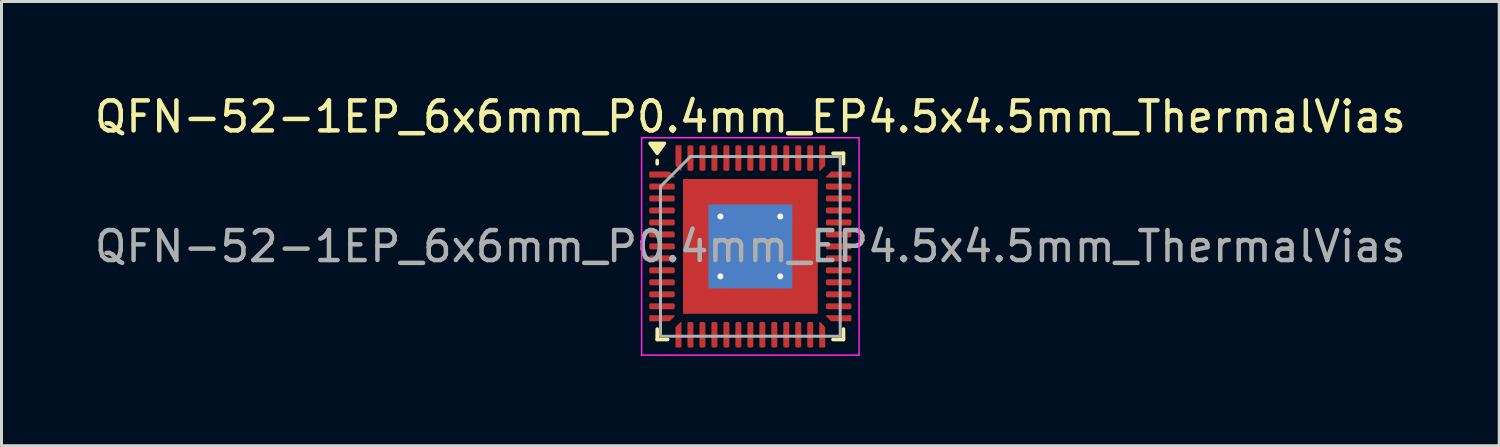
<source format=kicad_pcb>
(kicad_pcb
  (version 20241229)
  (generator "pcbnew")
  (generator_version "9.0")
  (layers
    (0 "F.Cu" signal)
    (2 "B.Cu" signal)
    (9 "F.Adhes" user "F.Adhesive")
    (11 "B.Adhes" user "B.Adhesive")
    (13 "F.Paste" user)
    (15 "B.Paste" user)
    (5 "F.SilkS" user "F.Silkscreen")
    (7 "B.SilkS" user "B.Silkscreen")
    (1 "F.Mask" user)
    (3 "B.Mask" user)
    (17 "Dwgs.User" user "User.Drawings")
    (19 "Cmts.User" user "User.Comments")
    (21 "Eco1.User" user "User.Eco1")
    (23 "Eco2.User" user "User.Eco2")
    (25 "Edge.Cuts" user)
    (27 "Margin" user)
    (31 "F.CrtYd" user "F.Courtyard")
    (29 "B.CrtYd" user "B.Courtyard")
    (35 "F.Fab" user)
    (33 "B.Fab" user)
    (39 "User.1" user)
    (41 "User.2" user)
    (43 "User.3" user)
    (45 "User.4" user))
  (footprint "QFN-52-1EP_6x6mm_P0.4mm_EP4.5x4.5mm_ThermalVias"
    (layer "F.Cu")
    (at 22.006 5.178)
    (property "Reference" "QFN-52-1EP_6x6mm_P0.4mm_EP4.5x4.5mm_ThermalVias" (at 0 -4.33 0) (layer "F.SilkS") (effects (font (size 1 1) (thickness 0.15))))
    (attr smd)
    (fp_line (start -3.11 -2.76) (end -3.11 -2.87) (stroke (width 0.12) (type solid)) (layer "F.SilkS"))
    (fp_line (start -3.11 3.11) (end -3.11 2.76) (stroke (width 0.12) (type solid)) (layer "F.SilkS"))
    (fp_line (start -2.76 3.11) (end -3.11 3.11) (stroke (width 0.12) (type solid)) (layer "F.SilkS"))
    (fp_line (start 2.76 -3.11) (end 3.11 -3.11) (stroke (width 0.12) (type solid)) (layer "F.SilkS"))
    (fp_line (start 2.76 3.11) (end 3.11 3.11) (stroke (width 0.12) (type solid)) (layer "F.SilkS"))
    (fp_line (start 3.11 -3.11) (end 3.11 -2.76) (stroke (width 0.12) (type solid)) (layer "F.SilkS"))
    (fp_line (start 3.11 3.11) (end 3.11 2.76) (stroke (width 0.12) (type solid)) (layer "F.SilkS"))
    (fp_poly (pts (xy -3.11 -3.11) (xy -3.35 -3.44) (xy -2.87 -3.44) (xy -3.11 -3.11)) (stroke (width 0.12) (type solid)) (fill yes) (layer "F.SilkS"))
    (fp_line (start -3.63 -3.63) (end -3.63 3.63) (stroke (width 0.05) (type solid)) (layer "F.CrtYd"))
    (fp_line (start -3.63 3.63) (end 3.63 3.63) (stroke (width 0.05) (type solid)) (layer "F.CrtYd"))
    (fp_line (start 3.63 -3.63) (end -3.63 -3.63) (stroke (width 0.05) (type solid)) (layer "F.CrtYd"))
    (fp_line (start 3.63 3.63) (end 3.63 -3.63) (stroke (width 0.05) (type solid)) (layer "F.CrtYd"))
    (fp_line (start -3 -2) (end -2 -3) (stroke (width 0.1) (type solid)) (layer "F.Fab"))
    (fp_line (start -3 3) (end -3 -2) (stroke (width 0.1) (type solid)) (layer "F.Fab"))
    (fp_line (start -2 -3) (end 3 -3) (stroke (width 0.1) (type solid)) (layer "F.Fab"))
    (fp_line (start 3 -3) (end 3 3) (stroke (width 0.1) (type solid)) (layer "F.Fab"))
    (fp_line (start 3 3) (end -3 3) (stroke (width 0.1) (type solid)) (layer "F.Fab"))
    (fp_text user "${REFERENCE}" (at 0 0 0) (layer "F.Fab") (effects (font (size 1 1) (thickness 0.15))))
    (pad "" smd roundrect (at -1.625 -1.625) (size 0.968 0.968) (layers "F.Paste") (roundrect_rratio 0.25))
    (pad "" smd roundrect (at -1.625 0) (size 0.968 1.549) (layers "F.Paste") (roundrect_rratio 0.25))
    (pad "" smd roundrect (at -1.625 1.625) (size 0.968 0.968) (layers "F.Paste") (roundrect_rratio 0.25))
    (pad "" smd roundrect (at 0 -1.625) (size 1.549 0.968) (layers "F.Paste") (roundrect_rratio 0.25))
    (pad "" smd roundrect (at 0 0) (size 1.549 1.549) (layers "F.Paste") (roundrect_rratio 0.161))
    (pad "" smd roundrect (at 0 1.625) (size 1.549 0.968) (layers "F.Paste") (roundrect_rratio 0.25))
    (pad "" smd roundrect (at 1.625 -1.625) (size 0.968 0.968) (layers "F.Paste") (roundrect_rratio 0.25))
    (pad "" smd roundrect (at 1.625 0) (size 0.968 1.549) (layers "F.Paste") (roundrect_rratio 0.25))
    (pad "" smd roundrect (at 1.625 1.625) (size 0.968 0.968) (layers "F.Paste") (roundrect_rratio 0.25))
    (pad "1" smd custom (at -2.95 -2.4) (size 0.08 0.08) (layers "F.Cu" "F.Mask" "F.Paste") (options (anchor circle)) (primitives (gr_poly (pts (xy -0.41 -0.085) (xy 0.249 -0.085) (xy 0.41 0.076) (xy 0.41 0.085) (xy -0.41 0.085)) (width 0.03) (fill yes))))
    (pad "2" smd roundrect (at -2.95 -2) (size 0.85 0.2) (layers "F.Cu" "F.Mask" "F.Paste") (roundrect_rratio 0.25))
    (pad "3" smd roundrect (at -2.95 -1.6) (size 0.85 0.2) (layers "F.Cu" "F.Mask" "F.Paste") (roundrect_rratio 0.25))
    (pad "4" smd roundrect (at -2.95 -1.2) (size 0.85 0.2) (layers "F.Cu" "F.Mask" "F.Paste") (roundrect_rratio 0.25))
    (pad "5" smd roundrect (at -2.95 -0.8) (size 0.85 0.2) (layers "F.Cu" "F.Mask" "F.Paste") (roundrect_rratio 0.25))
    (pad "6" smd roundrect (at -2.95 -0.4) (size 0.85 0.2) (layers "F.Cu" "F.Mask" "F.Paste") (roundrect_rratio 0.25))
    (pad "7" smd roundrect (at -2.95 0) (size 0.85 0.2) (layers "F.Cu" "F.Mask" "F.Paste") (roundrect_rratio 0.25))
    (pad "8" smd roundrect (at -2.95 0.4) (size 0.85 0.2) (layers "F.Cu" "F.Mask" "F.Paste") (roundrect_rratio 0.25))
    (pad "9" smd roundrect (at -2.95 0.8) (size 0.85 0.2) (layers "F.Cu" "F.Mask" "F.Paste") (roundrect_rratio 0.25))
    (pad "10" smd roundrect (at -2.95 1.2) (size 0.85 0.2) (layers "F.Cu" "F.Mask" "F.Paste") (roundrect_rratio 0.25))
    (pad "11" smd roundrect (at -2.95 1.6) (size 0.85 0.2) (layers "F.Cu" "F.Mask" "F.Paste") (roundrect_rratio 0.25))
    (pad "12" smd roundrect (at -2.95 2) (size 0.85 0.2) (layers "F.Cu" "F.Mask" "F.Paste") (roundrect_rratio 0.25))
    (pad "13" smd custom (at -2.95 2.4) (size 0.08 0.08) (layers "F.Cu" "F.Mask" "F.Paste") (options (anchor circle)) (primitives (gr_poly (pts (xy -0.41 -0.085) (xy 0.41 -0.085) (xy 0.41 -0.076) (xy 0.249 0.085) (xy -0.41 0.085)) (width 0.03) (fill yes))))
    (pad "14" smd custom (at -2.4 2.95) (size 0.08 0.08) (layers "F.Cu" "F.Mask" "F.Paste") (options (anchor circle)) (primitives (gr_poly (pts (xy -0.085 -0.249) (xy 0.076 -0.41) (xy 0.085 -0.41) (xy 0.085 0.41) (xy -0.085 0.41)) (width 0.03) (fill yes))))
    (pad "15" smd roundrect (at -2 2.95) (size 0.2 0.85) (layers "F.Cu" "F.Mask" "F.Paste") (roundrect_rratio 0.25))
    (pad "16" smd roundrect (at -1.6 2.95) (size 0.2 0.85) (layers "F.Cu" "F.Mask" "F.Paste") (roundrect_rratio 0.25))
    (pad "17" smd roundrect (at -1.2 2.95) (size 0.2 0.85) (layers "F.Cu" "F.Mask" "F.Paste") (roundrect_rratio 0.25))
    (pad "18" smd roundrect (at -0.8 2.95) (size 0.2 0.85) (layers "F.Cu" "F.Mask" "F.Paste") (roundrect_rratio 0.25))
    (pad "19" smd roundrect (at -0.4 2.95) (size 0.2 0.85) (layers "F.Cu" "F.Mask" "F.Paste") (roundrect_rratio 0.25))
    (pad "20" smd roundrect (at 0 2.95) (size 0.2 0.85) (layers "F.Cu" "F.Mask" "F.Paste") (roundrect_rratio 0.25))
    (pad "21" smd roundrect (at 0.4 2.95) (size 0.2 0.85) (layers "F.Cu" "F.Mask" "F.Paste") (roundrect_rratio 0.25))
    (pad "22" smd roundrect (at 0.8 2.95) (size 0.2 0.85) (layers "F.Cu" "F.Mask" "F.Paste") (roundrect_rratio 0.25))
    (pad "23" smd roundrect (at 1.2 2.95) (size 0.2 0.85) (layers "F.Cu" "F.Mask" "F.Paste") (roundrect_rratio 0.25))
    (pad "24" smd roundrect (at 1.6 2.95) (size 0.2 0.85) (layers "F.Cu" "F.Mask" "F.Paste") (roundrect_rratio 0.25))
    (pad "25" smd roundrect (at 2 2.95) (size 0.2 0.85) (layers "F.Cu" "F.Mask" "F.Paste") (roundrect_rratio 0.25))
    (pad "26" smd custom (at 2.4 2.95) (size 0.08 0.08) (layers "F.Cu" "F.Mask" "F.Paste") (options (anchor circle)) (primitives (gr_poly (pts (xy -0.085 -0.41) (xy -0.076 -0.41) (xy 0.085 -0.249) (xy 0.085 0.41) (xy -0.085 0.41)) (width 0.03) (fill yes))))
    (pad "27" smd custom (at 2.95 2.4) (size 0.08 0.08) (layers "F.Cu" "F.Mask" "F.Paste") (options (anchor circle)) (primitives (gr_poly (pts (xy -0.41 -0.085) (xy 0.41 -0.085) (xy 0.41 0.085) (xy -0.249 0.085) (xy -0.41 -0.076)) (width 0.03) (fill yes))))
    (pad "28" smd roundrect (at 2.95 2) (size 0.85 0.2) (layers "F.Cu" "F.Mask" "F.Paste") (roundrect_rratio 0.25))
    (pad "29" smd roundrect (at 2.95 1.6) (size 0.85 0.2) (layers "F.Cu" "F.Mask" "F.Paste") (roundrect_rratio 0.25))
    (pad "30" smd roundrect (at 2.95 1.2) (size 0.85 0.2) (layers "F.Cu" "F.Mask" "F.Paste") (roundrect_rratio 0.25))
    (pad "31" smd roundrect (at 2.95 0.8) (size 0.85 0.2) (layers "F.Cu" "F.Mask" "F.Paste") (roundrect_rratio 0.25))
    (pad "32" smd roundrect (at 2.95 0.4) (size 0.85 0.2) (layers "F.Cu" "F.Mask" "F.Paste") (roundrect_rratio 0.25))
    (pad "33" smd roundrect (at 2.95 0) (size 0.85 0.2) (layers "F.Cu" "F.Mask" "F.Paste") (roundrect_rratio 0.25))
    (pad "34" smd roundrect (at 2.95 -0.4) (size 0.85 0.2) (layers "F.Cu" "F.Mask" "F.Paste") (roundrect_rratio 0.25))
    (pad "35" smd roundrect (at 2.95 -0.8) (size 0.85 0.2) (layers "F.Cu" "F.Mask" "F.Paste") (roundrect_rratio 0.25))
    (pad "36" smd roundrect (at 2.95 -1.2) (size 0.85 0.2) (layers "F.Cu" "F.Mask" "F.Paste") (roundrect_rratio 0.25))
    (pad "37" smd roundrect (at 2.95 -1.6) (size 0.85 0.2) (layers "F.Cu" "F.Mask" "F.Paste") (roundrect_rratio 0.25))
    (pad "38" smd roundrect (at 2.95 -2) (size 0.85 0.2) (layers "F.Cu" "F.Mask" "F.Paste") (roundrect_rratio 0.25))
    (pad "39" smd custom (at 2.95 -2.4) (size 0.08 0.08) (layers "F.Cu" "F.Mask" "F.Paste") (options (anchor circle)) (primitives (gr_poly (pts (xy -0.41 0.076) (xy -0.249 -0.085) (xy 0.41 -0.085) (xy 0.41 0.085) (xy -0.41 0.085)) (width 0.03) (fill yes))))
    (pad "40" smd custom (at 2.4 -2.95) (size 0.08 0.08) (layers "F.Cu" "F.Mask" "F.Paste") (options (anchor circle)) (primitives (gr_poly (pts (xy -0.085 -0.41) (xy 0.085 -0.41) (xy 0.085 0.249) (xy -0.076 0.41) (xy -0.085 0.41)) (width 0.03) (fill yes))))
    (pad "41" smd roundrect (at 2 -2.95) (size 0.2 0.85) (layers "F.Cu" "F.Mask" "F.Paste") (roundrect_rratio 0.25))
    (pad "42" smd roundrect (at 1.6 -2.95) (size 0.2 0.85) (layers "F.Cu" "F.Mask" "F.Paste") (roundrect_rratio 0.25))
    (pad "43" smd roundrect (at 1.2 -2.95) (size 0.2 0.85) (layers "F.Cu" "F.Mask" "F.Paste") (roundrect_rratio 0.25))
    (pad "44" smd roundrect (at 0.8 -2.95) (size 0.2 0.85) (layers "F.Cu" "F.Mask" "F.Paste") (roundrect_rratio 0.25))
    (pad "45" smd roundrect (at 0.4 -2.95) (size 0.2 0.85) (layers "F.Cu" "F.Mask" "F.Paste") (roundrect_rratio 0.25))
    (pad "46" smd roundrect (at 0 -2.95) (size 0.2 0.85) (layers "F.Cu" "F.Mask" "F.Paste") (roundrect_rratio 0.25))
    (pad "47" smd roundrect (at -0.4 -2.95) (size 0.2 0.85) (layers "F.Cu" "F.Mask" "F.Paste") (roundrect_rratio 0.25))
    (pad "48" smd roundrect (at -0.8 -2.95) (size 0.2 0.85) (layers "F.Cu" "F.Mask" "F.Paste") (roundrect_rratio 0.25))
    (pad "49" smd roundrect (at -1.2 -2.95) (size 0.2 0.85) (layers "F.Cu" "F.Mask" "F.Paste") (roundrect_rratio 0.25))
    (pad "50" smd roundrect (at -1.6 -2.95) (size 0.2 0.85) (layers "F.Cu" "F.Mask" "F.Paste") (roundrect_rratio 0.25))
    (pad "51" smd roundrect (at -2 -2.95) (size 0.2 0.85) (layers "F.Cu" "F.Mask" "F.Paste") (roundrect_rratio 0.25))
    (pad "52" smd custom (at -2.4 -2.95) (size 0.08 0.08) (layers "F.Cu" "F.Mask" "F.Paste") (options (anchor circle)) (primitives (gr_poly (pts (xy -0.085 -0.41) (xy 0.085 -0.41) (xy 0.085 0.41) (xy 0.076 0.41) (xy -0.085 0.249)) (width 0.03) (fill yes))))
    (pad "53" thru_hole circle (at -1 -1) (size 0.8 0.8) (drill 0.2) (property pad_prop_heatsink) (layers "*.Cu"))
    (pad "53" thru_hole circle (at -1 1) (size 0.8 0.8) (drill 0.2) (property pad_prop_heatsink) (layers "*.Cu"))
    (pad "53" smd rect (at 0 0) (size 2.8 2.8) (property pad_prop_heatsink) (layers "B.Cu"))
    (pad "53" smd rect (at 0 0) (size 4.5 4.5) (property pad_prop_heatsink) (layers "F.Cu" "F.Mask"))
    (pad "53" thru_hole circle (at 1 -1) (size 0.8 0.8) (drill 0.2) (property pad_prop_heatsink) (layers "*.Cu"))
    (pad "53" thru_hole circle (at 1 1) (size 0.8 0.8) (drill 0.2) (property pad_prop_heatsink) (layers "*.Cu")))
  (gr_rect
    (start -3 -3)
    (end 47.012 11.833)
    (stroke (width 0.1) (type default))
    (fill no)
    (layer "Edge.Cuts")))
</source>
